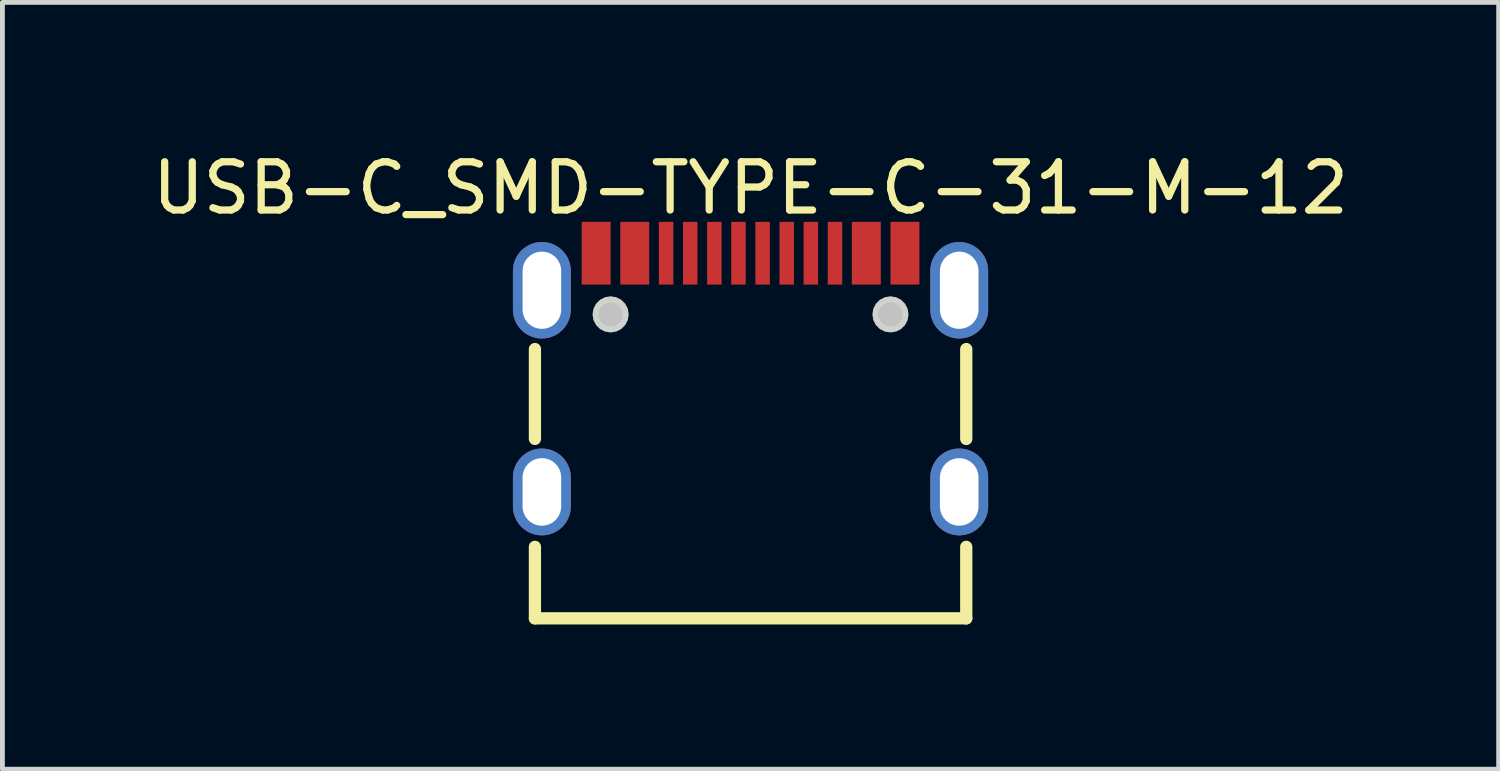
<source format=kicad_pcb>
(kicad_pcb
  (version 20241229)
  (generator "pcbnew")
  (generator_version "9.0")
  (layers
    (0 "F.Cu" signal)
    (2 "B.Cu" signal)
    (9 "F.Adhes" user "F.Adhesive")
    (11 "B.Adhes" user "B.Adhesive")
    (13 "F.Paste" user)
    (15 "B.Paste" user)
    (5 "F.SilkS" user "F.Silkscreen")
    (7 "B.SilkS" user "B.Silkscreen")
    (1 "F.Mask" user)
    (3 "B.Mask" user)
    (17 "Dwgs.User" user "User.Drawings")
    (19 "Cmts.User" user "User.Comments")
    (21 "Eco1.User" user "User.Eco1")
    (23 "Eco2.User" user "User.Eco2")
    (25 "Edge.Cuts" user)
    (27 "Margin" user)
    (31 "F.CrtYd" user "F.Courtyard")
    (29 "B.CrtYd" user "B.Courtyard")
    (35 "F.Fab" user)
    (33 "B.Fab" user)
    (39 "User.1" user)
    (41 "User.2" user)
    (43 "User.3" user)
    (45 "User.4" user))
  (footprint "USB-C_SMD-TYPE-C-31-M-12"
    (layer "F.Cu")
    (at 12.506 4.672)
    (property "Reference" "USB-C_SMD-TYPE-C-31-M-12" (at 0 -3.824 0) (layer "F.SilkS") (effects (font (size 1 1) (thickness 0.15))))
    (fp_line (start -4.469 1.375) (end -4.469 -0.487) (stroke (width 0.254) (type default)) (layer "F.SilkS"))
    (fp_line (start -4.469 5.094) (end -4.469 3.612) (stroke (width 0.254) (type default)) (layer "F.SilkS"))
    (fp_line (start 4.471 1.376) (end 4.471 -0.487) (stroke (width 0.254) (type default)) (layer "F.SilkS"))
    (fp_line (start 4.471 5.094) (end -4.469 5.094) (stroke (width 0.254) (type default)) (layer "F.SilkS"))
    (fp_line (start 4.471 5.094) (end 4.471 3.612) (stroke (width 0.254) (type default)) (layer "F.SilkS"))
    (fp_poly (pts (xy -1.6 -1.824) (xy -1.6 -3.124) (xy -1.9 -3.124) (xy -1.9 -1.824)) (stroke (width 0) (type default)) (fill yes) (layer "F.Paste"))
    (fp_poly (pts (xy -1.4 -3.124) (xy -1.4 -1.824) (xy -1.1 -1.824) (xy -1.1 -3.124)) (stroke (width 0) (type default)) (fill yes) (layer "F.Paste"))
    (fp_poly (pts (xy -0.6 -1.824) (xy -0.6 -3.124) (xy -0.9 -3.124) (xy -0.9 -1.824)) (stroke (width 0) (type default)) (fill yes) (layer "F.Paste"))
    (fp_poly (pts (xy -0.1 -1.824) (xy -0.1 -3.124) (xy -0.4 -3.124) (xy -0.4 -1.824)) (stroke (width 0) (type default)) (fill yes) (layer "F.Paste"))
    (fp_poly (pts (xy 0.4 -1.824) (xy 0.4 -3.124) (xy 0.1 -3.124) (xy 0.1 -1.824)) (stroke (width 0) (type default)) (fill yes) (layer "F.Paste"))
    (fp_poly (pts (xy 0.9 -1.824) (xy 0.9 -3.124) (xy 0.6 -3.124) (xy 0.6 -1.824)) (stroke (width 0) (type default)) (fill yes) (layer "F.Paste"))
    (fp_poly (pts (xy 1.399 -1.824) (xy 1.399 -3.124) (xy 1.099 -3.124) (xy 1.099 -1.824)) (stroke (width 0) (type default)) (fill yes) (layer "F.Paste"))
    (fp_poly (pts (xy 1.9 -1.824) (xy 1.9 -3.124) (xy 1.6 -3.124) (xy 1.6 -1.824)) (stroke (width 0) (type default)) (fill yes) (layer "F.Paste"))
    (fp_poly (pts (xy -2.9 -1.824) (xy -2.9 -3.124) (xy -3.2 -3.124) (xy -3.5 -3.124) (xy -3.5 -1.824) (xy -3.2 -1.824)) (stroke (width 0) (type default)) (fill yes) (layer "F.Paste"))
    (fp_poly (pts (xy -2.1 -1.824) (xy -2.1 -3.124) (xy -2.4 -3.124) (xy -2.7 -3.124) (xy -2.7 -1.824) (xy -2.4 -1.824)) (stroke (width 0) (type default)) (fill yes) (layer "F.Paste"))
    (fp_poly (pts (xy 2.7 -1.825) (xy 2.7 -3.124) (xy 2.4 -3.124) (xy 2.1 -3.124) (xy 2.1 -1.825) (xy 2.4 -1.825)) (stroke (width 0) (type default)) (fill yes) (layer "F.Paste"))
    (fp_poly (pts (xy 3.5 -1.825) (xy 3.5 -3.124) (xy 3.2 -3.124) (xy 2.9 -3.124) (xy 2.9 -1.825) (xy 3.2 -1.825)) (stroke (width 0) (type default)) (fill yes) (layer "F.Paste"))
    (fp_poly (pts (xy -4.34 1.575) (xy -4.37 1.576) (xy -4.399 1.579) (xy -4.429 1.583) (xy -4.458 1.589) (xy -4.487 1.597) (xy -4.516 1.605) (xy -4.545 1.615) (xy -4.572 1.627) (xy -4.599 1.64) (xy -4.625 1.655) (xy -4.651 1.67) (xy -4.676 1.687) (xy -4.699 1.705) (xy -4.722 1.724) (xy -4.744 1.744) (xy -4.765 1.766) (xy -4.785 1.788) (xy -4.803 1.812) (xy -4.821 1.836) (xy -4.837 1.861) (xy -4.852 1.887) (xy -4.865 1.914) (xy -4.878 1.941) (xy -4.889 1.969) (xy -4.899 1.998) (xy -4.907 2.026) (xy -4.913 2.055) (xy -4.918 2.084) (xy -4.922 2.115) (xy -4.925 2.144) (xy -4.925 2.174) (xy -4.925 2.774) (xy -4.925 2.804) (xy -4.922 2.834) (xy -4.918 2.864) (xy -4.913 2.893) (xy -4.907 2.922) (xy -4.899 2.951) (xy -4.889 2.979) (xy -4.878 3.007) (xy -4.865 3.034) (xy -4.852 3.061) (xy -4.837 3.087) (xy -4.821 3.112) (xy -4.803 3.136) (xy -4.785 3.16) (xy -4.765 3.182) (xy -4.744 3.204) (xy -4.722 3.224) (xy -4.699 3.243) (xy -4.676 3.261) (xy -4.651 3.278) (xy -4.625 3.293) (xy -4.599 3.308) (xy -4.572 3.321) (xy -4.545 3.333) (xy -4.516 3.343) (xy -4.487 3.352) (xy -4.458 3.359) (xy -4.429 3.365) (xy -4.399 3.369) (xy -4.37 3.373) (xy -4.34 3.374) (xy -4.31 3.374) (xy -4.28 3.373) (xy -4.25 3.369) (xy -4.221 3.365) (xy -4.191 3.359) (xy -4.162 3.352) (xy -4.134 3.343) (xy -4.106 3.333) (xy -4.079 3.321) (xy -4.051 3.308) (xy -4.025 3.293) (xy -3.999 3.278) (xy -3.975 3.261) (xy -3.951 3.243) (xy -3.928 3.224) (xy -3.906 3.204) (xy -3.885 3.182) (xy -3.865 3.16) (xy -3.847 3.136) (xy -3.829 3.112) (xy -3.813 3.087) (xy -3.798 3.061) (xy -3.784 3.034) (xy -3.772 3.007) (xy -3.761 2.979) (xy -3.752 2.951) (xy -3.744 2.922) (xy -3.737 2.893) (xy -3.732 2.864) (xy -3.728 2.834) (xy -3.726 2.804) (xy -3.725 2.774) (xy -3.725 2.174) (xy -3.726 2.144) (xy -3.728 2.115) (xy -3.732 2.084) (xy -3.737 2.055) (xy -3.744 2.026) (xy -3.752 1.998) (xy -3.761 1.969) (xy -3.772 1.941) (xy -3.784 1.914) (xy -3.798 1.887) (xy -3.813 1.861) (xy -3.829 1.836) (xy -3.847 1.812) (xy -3.865 1.788) (xy -3.885 1.766) (xy -3.906 1.744) (xy -3.928 1.724) (xy -3.951 1.705) (xy -3.975 1.687) (xy -3.999 1.67) (xy -4.025 1.655) (xy -4.051 1.64) (xy -4.079 1.627) (xy -4.106 1.615) (xy -4.134 1.605) (xy -4.162 1.597) (xy -4.191 1.589) (xy -4.221 1.583) (xy -4.25 1.579) (xy -4.28 1.576) (xy -4.31 1.575)) (stroke (width 0) (type default)) (fill yes) (layer "F.Paste"))
    (fp_poly (pts (xy -4.28 -2.704) (xy -4.31 -2.705) (xy -4.34 -2.705) (xy -4.37 -2.704) (xy -4.399 -2.701) (xy -4.429 -2.696) (xy -4.458 -2.691) (xy -4.487 -2.683) (xy -4.516 -2.675) (xy -4.545 -2.664) (xy -4.572 -2.652) (xy -4.599 -2.639) (xy -4.625 -2.626) (xy -4.651 -2.61) (xy -4.676 -2.593) (xy -4.699 -2.575) (xy -4.722 -2.555) (xy -4.744 -2.535) (xy -4.765 -2.514) (xy -4.785 -2.491) (xy -4.803 -2.468) (xy -4.821 -2.444) (xy -4.837 -2.418) (xy -4.852 -2.393) (xy -4.865 -2.366) (xy -4.878 -2.339) (xy -4.889 -2.311) (xy -4.899 -2.283) (xy -4.907 -2.254) (xy -4.913 -2.224) (xy -4.918 -2.195) (xy -4.922 -2.166) (xy -4.925 -2.135) (xy -4.925 -2.106) (xy -4.925 -1.306) (xy -4.925 -1.276) (xy -4.922 -1.246) (xy -4.918 -1.216) (xy -4.913 -1.187) (xy -4.907 -1.157) (xy -4.899 -1.129) (xy -4.889 -1.101) (xy -4.878 -1.073) (xy -4.865 -1.046) (xy -4.852 -1.019) (xy -4.837 -0.993) (xy -4.821 -0.968) (xy -4.803 -0.944) (xy -4.785 -0.92) (xy -4.765 -0.897) (xy -4.744 -0.876) (xy -4.722 -0.856) (xy -4.699 -0.837) (xy -4.676 -0.819) (xy -4.651 -0.802) (xy -4.625 -0.786) (xy -4.599 -0.772) (xy -4.572 -0.759) (xy -4.545 -0.748) (xy -4.516 -0.737) (xy -4.487 -0.728) (xy -4.458 -0.721) (xy -4.429 -0.715) (xy -4.399 -0.711) (xy -4.37 -0.708) (xy -4.34 -0.706) (xy -4.31 -0.706) (xy -4.28 -0.708) (xy -4.25 -0.711) (xy -4.221 -0.715) (xy -4.191 -0.721) (xy -4.162 -0.728) (xy -4.134 -0.737) (xy -4.106 -0.748) (xy -4.079 -0.759) (xy -4.051 -0.772) (xy -4.025 -0.786) (xy -3.999 -0.802) (xy -3.975 -0.819) (xy -3.951 -0.837) (xy -3.928 -0.856) (xy -3.906 -0.876) (xy -3.885 -0.897) (xy -3.865 -0.92) (xy -3.847 -0.944) (xy -3.829 -0.968) (xy -3.813 -0.993) (xy -3.798 -1.019) (xy -3.784 -1.046) (xy -3.772 -1.073) (xy -3.761 -1.101) (xy -3.752 -1.129) (xy -3.744 -1.157) (xy -3.737 -1.187) (xy -3.732 -1.216) (xy -3.728 -1.246) (xy -3.726 -1.276) (xy -3.725 -1.306) (xy -3.725 -2.106) (xy -3.726 -2.135) (xy -3.728 -2.166) (xy -3.732 -2.195) (xy -3.737 -2.224) (xy -3.744 -2.254) (xy -3.752 -2.283) (xy -3.761 -2.311) (xy -3.772 -2.339) (xy -3.784 -2.366) (xy -3.798 -2.393) (xy -3.813 -2.418) (xy -3.829 -2.444) (xy -3.847 -2.468) (xy -3.865 -2.491) (xy -3.885 -2.514) (xy -3.906 -2.535) (xy -3.928 -2.555) (xy -3.951 -2.575) (xy -3.975 -2.593) (xy -3.999 -2.61) (xy -4.025 -2.626) (xy -4.051 -2.639) (xy -4.079 -2.652) (xy -4.106 -2.664) (xy -4.134 -2.675) (xy -4.162 -2.683) (xy -4.191 -2.691) (xy -4.221 -2.696) (xy -4.25 -2.701)) (stroke (width 0) (type default)) (fill yes) (layer "F.Paste"))
    (fp_poly (pts (xy 4.37 -2.704) (xy 4.34 -2.705) (xy 4.31 -2.705) (xy 4.28 -2.704) (xy 4.25 -2.701) (xy 4.221 -2.696) (xy 4.191 -2.691) (xy 4.162 -2.683) (xy 4.134 -2.675) (xy 4.106 -2.664) (xy 4.079 -2.652) (xy 4.051 -2.639) (xy 4.025 -2.626) (xy 3.999 -2.61) (xy 3.975 -2.593) (xy 3.951 -2.575) (xy 3.928 -2.555) (xy 3.906 -2.535) (xy 3.885 -2.514) (xy 3.865 -2.491) (xy 3.847 -2.468) (xy 3.829 -2.444) (xy 3.813 -2.418) (xy 3.798 -2.393) (xy 3.784 -2.366) (xy 3.772 -2.339) (xy 3.761 -2.311) (xy 3.752 -2.283) (xy 3.744 -2.254) (xy 3.737 -2.224) (xy 3.732 -2.195) (xy 3.728 -2.166) (xy 3.726 -2.135) (xy 3.725 -2.106) (xy 3.725 -1.306) (xy 3.726 -1.276) (xy 3.728 -1.246) (xy 3.732 -1.216) (xy 3.737 -1.187) (xy 3.744 -1.157) (xy 3.752 -1.129) (xy 3.761 -1.101) (xy 3.772 -1.073) (xy 3.784 -1.046) (xy 3.798 -1.019) (xy 3.813 -0.993) (xy 3.829 -0.968) (xy 3.847 -0.944) (xy 3.865 -0.92) (xy 3.885 -0.897) (xy 3.906 -0.876) (xy 3.928 -0.856) (xy 3.951 -0.837) (xy 3.975 -0.819) (xy 3.999 -0.802) (xy 4.025 -0.786) (xy 4.051 -0.772) (xy 4.079 -0.759) (xy 4.106 -0.748) (xy 4.134 -0.737) (xy 4.162 -0.728) (xy 4.191 -0.721) (xy 4.221 -0.715) (xy 4.25 -0.711) (xy 4.28 -0.708) (xy 4.31 -0.706) (xy 4.34 -0.706) (xy 4.37 -0.708) (xy 4.399 -0.711) (xy 4.429 -0.715) (xy 4.458 -0.721) (xy 4.487 -0.728) (xy 4.516 -0.737) (xy 4.545 -0.748) (xy 4.572 -0.759) (xy 4.599 -0.772) (xy 4.625 -0.786) (xy 4.651 -0.802) (xy 4.676 -0.819) (xy 4.699 -0.837) (xy 4.722 -0.856) (xy 4.744 -0.876) (xy 4.765 -0.897) (xy 4.785 -0.92) (xy 4.803 -0.944) (xy 4.821 -0.968) (xy 4.837 -0.993) (xy 4.852 -1.019) (xy 4.865 -1.046) (xy 4.878 -1.073) (xy 4.889 -1.101) (xy 4.899 -1.129) (xy 4.907 -1.157) (xy 4.913 -1.187) (xy 4.918 -1.216) (xy 4.922 -1.246) (xy 4.925 -1.276) (xy 4.925 -1.306) (xy 4.925 -2.106) (xy 4.925 -2.135) (xy 4.922 -2.166) (xy 4.918 -2.195) (xy 4.913 -2.224) (xy 4.907 -2.254) (xy 4.899 -2.283) (xy 4.889 -2.311) (xy 4.878 -2.339) (xy 4.865 -2.366) (xy 4.852 -2.393) (xy 4.837 -2.418) (xy 4.821 -2.444) (xy 4.803 -2.468) (xy 4.785 -2.491) (xy 4.765 -2.514) (xy 4.744 -2.535) (xy 4.722 -2.555) (xy 4.699 -2.575) (xy 4.676 -2.593) (xy 4.651 -2.61) (xy 4.625 -2.626) (xy 4.599 -2.639) (xy 4.572 -2.652) (xy 4.545 -2.664) (xy 4.516 -2.675) (xy 4.487 -2.683) (xy 4.458 -2.691) (xy 4.429 -2.696) (xy 4.399 -2.701)) (stroke (width 0) (type default)) (fill yes) (layer "F.Paste"))
    (fp_poly (pts (xy 4.37 1.576) (xy 4.34 1.575) (xy 4.31 1.575) (xy 4.28 1.576) (xy 4.25 1.579) (xy 4.221 1.583) (xy 4.191 1.589) (xy 4.162 1.597) (xy 4.134 1.605) (xy 4.106 1.615) (xy 4.079 1.627) (xy 4.051 1.64) (xy 4.025 1.655) (xy 3.999 1.67) (xy 3.975 1.687) (xy 3.951 1.705) (xy 3.928 1.724) (xy 3.906 1.744) (xy 3.885 1.766) (xy 3.865 1.788) (xy 3.847 1.812) (xy 3.829 1.836) (xy 3.813 1.861) (xy 3.798 1.887) (xy 3.784 1.914) (xy 3.772 1.941) (xy 3.761 1.969) (xy 3.752 1.998) (xy 3.744 2.026) (xy 3.737 2.055) (xy 3.732 2.084) (xy 3.728 2.115) (xy 3.726 2.144) (xy 3.725 2.174) (xy 3.725 2.774) (xy 3.726 2.804) (xy 3.728 2.834) (xy 3.732 2.864) (xy 3.737 2.893) (xy 3.744 2.922) (xy 3.752 2.951) (xy 3.761 2.979) (xy 3.772 3.007) (xy 3.784 3.034) (xy 3.798 3.061) (xy 3.813 3.087) (xy 3.829 3.112) (xy 3.847 3.136) (xy 3.865 3.16) (xy 3.885 3.182) (xy 3.906 3.204) (xy 3.928 3.224) (xy 3.951 3.243) (xy 3.975 3.261) (xy 3.999 3.278) (xy 4.025 3.293) (xy 4.051 3.308) (xy 4.079 3.321) (xy 4.106 3.333) (xy 4.134 3.343) (xy 4.162 3.352) (xy 4.191 3.359) (xy 4.221 3.365) (xy 4.25 3.369) (xy 4.28 3.373) (xy 4.31 3.374) (xy 4.34 3.374) (xy 4.37 3.373) (xy 4.399 3.369) (xy 4.429 3.365) (xy 4.458 3.359) (xy 4.487 3.352) (xy 4.516 3.343) (xy 4.545 3.333) (xy 4.572 3.321) (xy 4.599 3.308) (xy 4.625 3.293) (xy 4.651 3.278) (xy 4.676 3.261) (xy 4.699 3.243) (xy 4.722 3.224) (xy 4.744 3.204) (xy 4.765 3.182) (xy 4.785 3.16) (xy 4.803 3.136) (xy 4.821 3.112) (xy 4.837 3.087) (xy 4.852 3.061) (xy 4.865 3.034) (xy 4.878 3.007) (xy 4.889 2.979) (xy 4.899 2.951) (xy 4.907 2.922) (xy 4.913 2.893) (xy 4.918 2.864) (xy 4.922 2.834) (xy 4.925 2.804) (xy 4.925 2.774) (xy 4.925 2.174) (xy 4.925 2.144) (xy 4.922 2.115) (xy 4.918 2.084) (xy 4.913 2.055) (xy 4.907 2.026) (xy 4.899 1.998) (xy 4.889 1.969) (xy 4.878 1.941) (xy 4.865 1.914) (xy 4.852 1.887) (xy 4.837 1.861) (xy 4.821 1.836) (xy 4.803 1.812) (xy 4.785 1.788) (xy 4.765 1.766) (xy 4.744 1.744) (xy 4.722 1.724) (xy 4.699 1.705) (xy 4.676 1.687) (xy 4.651 1.67) (xy 4.625 1.655) (xy 4.599 1.64) (xy 4.572 1.627) (xy 4.545 1.615) (xy 4.516 1.605) (xy 4.487 1.597) (xy 4.458 1.589) (xy 4.429 1.583) (xy 4.399 1.579)) (stroke (width 0) (type default)) (fill yes) (layer "F.Paste"))
    (fp_circle (center -2.9 -1.206) (end -2.775 -1.206) (stroke (width 0.25) (type default)) (fill no) (layer "Dwgs.User"))
    (fp_circle (center 2.9 -1.206) (end 3.025 -1.206) (stroke (width 0.25) (type default)) (fill no) (layer "Dwgs.User"))
    (fp_poly (pts (xy -2.525 -1.206) (xy -2.543 -1.321) (xy -2.597 -1.426) (xy -2.68 -1.509) (xy -2.784 -1.562) (xy -2.9 -1.581) (xy -3.016 -1.562) (xy -3.12 -1.509) (xy -3.203 -1.426) (xy -3.257 -1.321) (xy -3.275 -1.206) (xy -3.257 -1.09) (xy -3.203 -0.985) (xy -3.12 -0.902) (xy -3.016 -0.849) (xy -2.9 -0.831) (xy -2.784 -0.849) (xy -2.68 -0.902) (xy -2.597 -0.985) (xy -2.543 -1.09)) (stroke (width 0) (type default)) (fill yes) (layer "Edge.Cuts"))
    (fp_poly (pts (xy 3.275 -1.206) (xy 3.257 -1.321) (xy 3.203 -1.426) (xy 3.12 -1.509) (xy 3.016 -1.562) (xy 2.9 -1.581) (xy 2.784 -1.562) (xy 2.68 -1.509) (xy 2.597 -1.426) (xy 2.543 -1.321) (xy 2.525 -1.206) (xy 2.543 -1.09) (xy 2.597 -0.985) (xy 2.68 -0.902) (xy 2.784 -0.849) (xy 2.9 -0.831) (xy 3.016 -0.849) (xy 3.12 -0.902) (xy 3.203 -0.985) (xy 3.257 -1.09)) (stroke (width 0) (type default)) (fill yes) (layer "Edge.Cuts"))
    (fp_poly (pts (xy -4.475 -2.256) (xy -4.175 -2.256) (xy -4.175 -1.156) (xy -4.475 -1.156)) (stroke (width 0.1) (type default)) (fill no) (layer "User.1"))
    (fp_poly (pts (xy -4.475 2.074) (xy -4.175 2.074) (xy -4.175 2.874) (xy -4.475 2.874)) (stroke (width 0.1) (type default)) (fill no) (layer "User.1"))
    (fp_poly (pts (xy -3.41 -2.756) (xy -3.21 -2.756) (xy -3.21 -2.056) (xy -3.41 -2.056)) (stroke (width 0.1) (type default)) (fill no) (layer "User.1"))
    (fp_poly (pts (xy -3.21 -2.756) (xy -3.01 -2.756) (xy -3.01 -2.056) (xy -3.21 -2.056)) (stroke (width 0.1) (type default)) (fill no) (layer "User.1"))
    (fp_poly (pts (xy -2.61 -2.756) (xy -2.41 -2.756) (xy -2.41 -2.056) (xy -2.61 -2.056)) (stroke (width 0.1) (type default)) (fill no) (layer "User.1"))
    (fp_poly (pts (xy -2.41 -2.756) (xy -2.21 -2.756) (xy -2.21 -2.056) (xy -2.41 -2.056)) (stroke (width 0.1) (type default)) (fill no) (layer "User.1"))
    (fp_poly (pts (xy -1.85 -2.756) (xy -1.65 -2.756) (xy -1.65 -2.056) (xy -1.85 -2.056)) (stroke (width 0.1) (type default)) (fill no) (layer "User.1"))
    (fp_poly (pts (xy -1.35 -2.756) (xy -1.15 -2.756) (xy -1.15 -2.056) (xy -1.35 -2.056)) (stroke (width 0.1) (type default)) (fill no) (layer "User.1"))
    (fp_poly (pts (xy -0.85 -2.756) (xy -0.65 -2.756) (xy -0.65 -2.056) (xy -0.85 -2.056)) (stroke (width 0.1) (type default)) (fill no) (layer "User.1"))
    (fp_poly (pts (xy -0.35 -2.756) (xy -0.15 -2.756) (xy -0.15 -2.056) (xy -0.35 -2.056)) (stroke (width 0.1) (type default)) (fill no) (layer "User.1"))
    (fp_poly (pts (xy 0.15 -2.756) (xy 0.35 -2.756) (xy 0.35 -2.056) (xy 0.15 -2.056)) (stroke (width 0.1) (type default)) (fill no) (layer "User.1"))
    (fp_poly (pts (xy 0.65 -2.756) (xy 0.85 -2.756) (xy 0.85 -2.056) (xy 0.65 -2.056)) (stroke (width 0.1) (type default)) (fill no) (layer "User.1"))
    (fp_poly (pts (xy 1.149 -2.756) (xy 1.349 -2.756) (xy 1.349 -2.056) (xy 1.149 -2.056)) (stroke (width 0.1) (type default)) (fill no) (layer "User.1"))
    (fp_poly (pts (xy 1.65 -2.756) (xy 1.85 -2.756) (xy 1.85 -2.056) (xy 1.65 -2.056)) (stroke (width 0.1) (type default)) (fill no) (layer "User.1"))
    (fp_poly (pts (xy 2.21 -2.756) (xy 2.41 -2.756) (xy 2.41 -2.056) (xy 2.21 -2.056)) (stroke (width 0.1) (type default)) (fill no) (layer "User.1"))
    (fp_poly (pts (xy 2.41 -2.756) (xy 2.61 -2.756) (xy 2.61 -2.056) (xy 2.41 -2.056)) (stroke (width 0.1) (type default)) (fill no) (layer "User.1"))
    (fp_poly (pts (xy 3.01 -2.756) (xy 3.21 -2.756) (xy 3.21 -2.056) (xy 3.01 -2.056)) (stroke (width 0.1) (type default)) (fill no) (layer "User.1"))
    (fp_poly (pts (xy 3.21 -2.756) (xy 3.41 -2.756) (xy 3.41 -2.056) (xy 3.21 -2.056)) (stroke (width 0.1) (type default)) (fill no) (layer "User.1"))
    (fp_poly (pts (xy 4.175 -2.256) (xy 4.475 -2.256) (xy 4.475 -1.156) (xy 4.175 -1.156)) (stroke (width 0.1) (type default)) (fill no) (layer "User.1"))
    (fp_poly (pts (xy 4.175 2.074) (xy 4.475 2.074) (xy 4.475 2.874) (xy 4.175 2.874)) (stroke (width 0.1) (type default)) (fill no) (layer "User.1"))
    (fp_line (start -4.47 -2.256) (end 4.47 -2.256) (stroke (width 0.051) (type default)) (layer "User.2"))
    (fp_line (start -4.47 5.094) (end -4.47 -2.256) (stroke (width 0.051) (type default)) (layer "User.2"))
    (fp_line (start 4.47 -2.256) (end 4.47 5.094) (stroke (width 0.051) (type default)) (layer "User.2"))
    (fp_line (start 4.47 5.094) (end -4.47 5.094) (stroke (width 0.051) (type default)) (layer "User.2"))
    (fp_poly (pts (xy -4.415 -2.756) (xy -4.433 -2.798) (xy -4.475 -2.816) (xy -4.517 -2.798) (xy -4.535 -2.756) (xy -4.517 -2.714) (xy -4.475 -2.696) (xy -4.433 -2.714)) (stroke (width 0.1) (type default)) (fill no) (layer "User.3"))
    (pad "1" smd rect (at -3.2 -2.474) (size 0.6 1.3) (layers "F.Cu" "F.Mask" "F.Paste"))
    (pad "2" smd rect (at -2.4 -2.474) (size 0.6 1.3) (layers "F.Cu" "F.Mask" "F.Paste"))
    (pad "3" smd rect (at -1.75 -2.474) (size 0.3 1.3) (layers "F.Cu" "F.Mask" "F.Paste"))
    (pad "4" smd rect (at -1.25 -2.474) (size 0.3 1.3) (layers "F.Cu" "F.Mask" "F.Paste"))
    (pad "5" smd rect (at -0.75 -2.474) (size 0.3 1.3) (layers "F.Cu" "F.Mask" "F.Paste"))
    (pad "6" smd rect (at -0.25 -2.474) (size 0.3 1.3) (layers "F.Cu" "F.Mask" "F.Paste"))
    (pad "7" smd rect (at 0.25 -2.474) (size 0.3 1.3) (layers "F.Cu" "F.Mask" "F.Paste"))
    (pad "8" smd rect (at 0.75 -2.474) (size 0.3 1.3) (layers "F.Cu" "F.Mask" "F.Paste"))
    (pad "9" smd rect (at 1.25 -2.474) (size 0.3 1.3) (layers "F.Cu" "F.Mask" "F.Paste"))
    (pad "10" smd rect (at 1.75 -2.474) (size 0.3 1.3) (layers "F.Cu" "F.Mask" "F.Paste"))
    (pad "11" smd rect (at 2.4 -2.474) (size 0.6 1.3) (layers "F.Cu" "F.Mask" "F.Paste"))
    (pad "12" smd rect (at 3.2 -2.474) (size 0.6 1.3) (layers "F.Cu" "F.Mask" "F.Paste"))
    (pad "13" thru_hole oval (at -4.325 -1.706) (size 1.2 2) (drill oval 0.8 1.6) (layers "*.Cu" "*.Mask"))
    (pad "13" thru_hole oval (at -4.325 2.474) (size 1.2 1.8) (drill oval 0.8 1.4) (layers "*.Cu" "*.Mask"))
    (pad "13" thru_hole oval (at 4.325 -1.706) (size 1.2 2) (drill oval 0.8 1.6) (layers "*.Cu" "*.Mask"))
    (pad "13" thru_hole oval (at 4.325 2.474) (size 1.2 1.8) (drill oval 0.8 1.4) (layers "*.Cu" "*.Mask")))
  (gr_rect
    (start -3 -3)
    (end 28.012 12.893)
    (stroke (width 0.1) (type default))
    (fill no)
    (layer "Edge.Cuts")))
</source>
